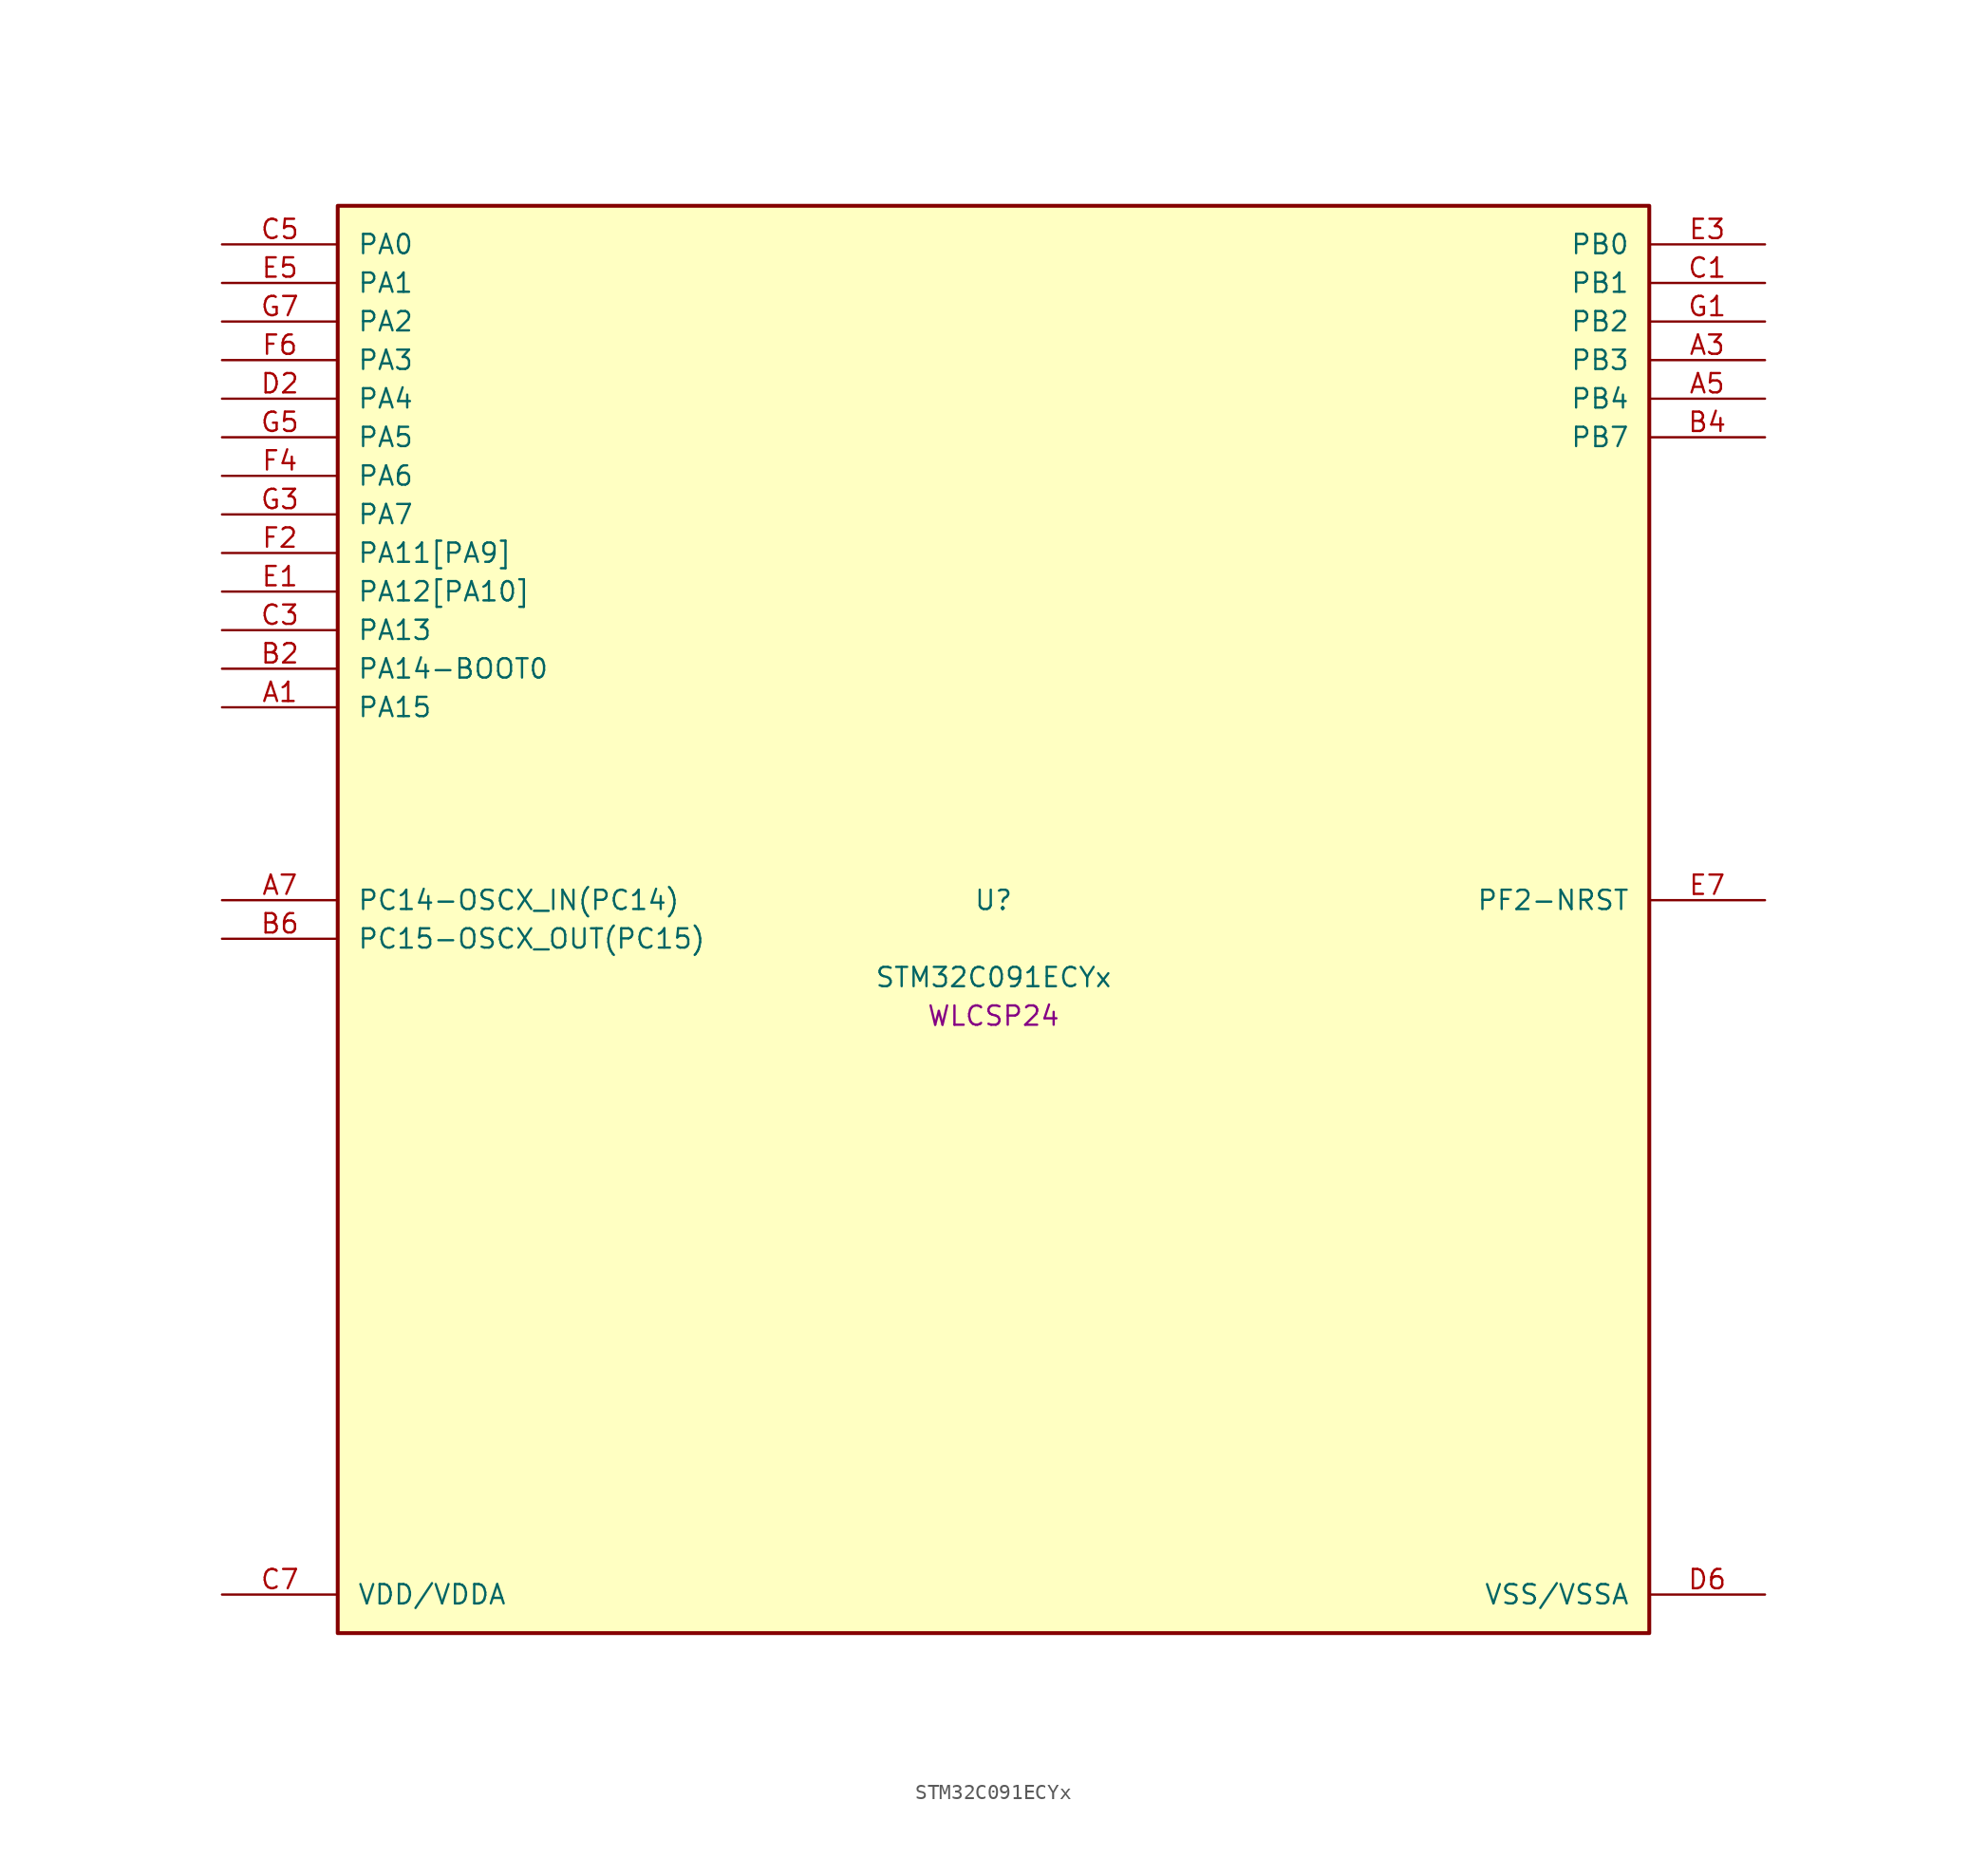
<source format=kicad_sym>
(kicad_symbol_lib
  (version 20241209)
  (generator "stm32_pkl_generator")
  (generator_version "1.0")
  (symbol "STM32C091ECYx"
    (pin_names
      (offset 1.27))
    (property "Reference" "U"
      (at 0 2.54 0))
    (property "Value" "STM32C091ECYx"
      (at 0 -2.54 0))
    (property "Footprint" "WLCSP24"
      (at 0 -5.08 0))
    (symbol "STM32C091ECYx_1_1"
      (rectangle (start -43.18 48.26) (end 43.18 -45.72) (stroke (width 0.254) (type solid)) (fill (type background)))
      (pin bidirectional line (at -50.8 45.72 0) (length 7.62) (name "PA0") (number "C5") (alternate "PA0/ADC1_IN0" bidirectional line) (alternate "PA0/PWR_WKUP1" bidirectional line) (alternate "PA0/SPI2_SCK" bidirectional line) (alternate "PA0/TIM16_CH1" bidirectional line) (alternate "PA0/TIM1_CH1" bidirectional line) (alternate "PA0/TIM2_CH1" bidirectional line) (alternate "PA0/TIM2_ETR" bidirectional line) (alternate "PA0/USART1_TX" bidirectional line) (alternate "PA0/USART2_CTS" bidirectional line) (alternate "PA0/USART2_NSS" bidirectional line) (alternate "PA0/USART4_TX" bidirectional line))
      (pin bidirectional line (at -50.8 43.18 0) (length 7.62) (name "PA1") (number "E5") (alternate "PA1/ADC1_IN1" bidirectional line) (alternate "PA1/I2C1_SMBA" bidirectional line) (alternate "PA1/I2S1_CK" bidirectional line) (alternate "PA1/SPI1_SCK" bidirectional line) (alternate "PA1/TIM15_CH1N" bidirectional line) (alternate "PA1/TIM17_CH1" bidirectional line) (alternate "PA1/TIM1_CH2" bidirectional line) (alternate "PA1/TIM2_CH2" bidirectional line) (alternate "PA1/USART1_RX" bidirectional line) (alternate "PA1/USART2_CK" bidirectional line) (alternate "PA1/USART2_DE" bidirectional line) (alternate "PA1/USART2_RTS" bidirectional line) (alternate "PA1/USART4_RX" bidirectional line))
      (pin bidirectional line (at -50.8 40.64 0) (length 7.62) (name "PA2") (number "G7") (alternate "PA2/ADC1_IN2" bidirectional line) (alternate "PA2/I2S1_SD" bidirectional line) (alternate "PA2/PWR_WKUP4" bidirectional line) (alternate "PA2/RCC_LSCO" bidirectional line) (alternate "PA2/SPI1_MOSI" bidirectional line) (alternate "PA2/TIM15_CH1" bidirectional line) (alternate "PA2/TIM16_CH1N" bidirectional line) (alternate "PA2/TIM1_CH3" bidirectional line) (alternate "PA2/TIM2_CH3" bidirectional line) (alternate "PA2/TIM3_ETR" bidirectional line) (alternate "PA2/USART2_TX" bidirectional line))
      (pin bidirectional line (at -50.8 38.1 0) (length 7.62) (name "PA3") (number "F6") (alternate "PA3/ADC1_IN3" bidirectional line) (alternate "PA3/SPI2_MISO" bidirectional line) (alternate "PA3/TIM15_CH2" bidirectional line) (alternate "PA3/TIM1_CH1N" bidirectional line) (alternate "PA3/TIM1_CH4" bidirectional line) (alternate "PA3/TIM2_CH4" bidirectional line) (alternate "PA3/USART2_RX" bidirectional line))
      (pin bidirectional line (at -50.8 35.56 0) (length 7.62) (name "PA4") (number "D2") (alternate "PA4/ADC1_IN4" bidirectional line) (alternate "PA4/I2S1_WS" bidirectional line) (alternate "PA4/PWR_WKUP2" bidirectional line) (alternate "PA4/RTC_OUT1" bidirectional line) (alternate "PA4/RTC_TS" bidirectional line) (alternate "PA4/SPI1_NSS" bidirectional line) (alternate "PA4/SPI2_MOSI" bidirectional line) (alternate "PA4/TIM14_CH1" bidirectional line) (alternate "PA4/TIM17_CH1N" bidirectional line) (alternate "PA4/TIM1_CH2N" bidirectional line) (alternate "PA4/USART2_TX" bidirectional line))
      (pin bidirectional line (at -50.8 33.02 0) (length 7.62) (name "PA5") (number "G5") (alternate "PA5/ADC1_IN5" bidirectional line) (alternate "PA5/I2S1_CK" bidirectional line) (alternate "PA5/SPI1_SCK" bidirectional line) (alternate "PA5/TIM1_CH1" bidirectional line) (alternate "PA5/TIM1_CH3N" bidirectional line) (alternate "PA5/TIM2_CH1" bidirectional line) (alternate "PA5/TIM2_ETR" bidirectional line) (alternate "PA5/USART2_RX" bidirectional line) (alternate "PA5/USART3_TX" bidirectional line))
      (pin bidirectional line (at -50.8 30.48 0) (length 7.62) (name "PA6") (number "F4") (alternate "PA6/ADC1_IN6" bidirectional line) (alternate "PA6/I2C2_SDA" bidirectional line) (alternate "PA6/I2S1_MCK" bidirectional line) (alternate "PA6/SPI1_MISO" bidirectional line) (alternate "PA6/TIM16_CH1" bidirectional line) (alternate "PA6/TIM1_BKIN" bidirectional line) (alternate "PA6/TIM3_CH1" bidirectional line) (alternate "PA6/USART3_CTS" bidirectional line) (alternate "PA6/USART3_NSS" bidirectional line))
      (pin bidirectional line (at -50.8 27.94 0) (length 7.62) (name "PA7") (number "G3") (alternate "PA7/ADC1_IN7" bidirectional line) (alternate "PA7/I2C2_SCL" bidirectional line) (alternate "PA7/I2S1_SD" bidirectional line) (alternate "PA7/SPI1_MOSI" bidirectional line) (alternate "PA7/TIM14_CH1" bidirectional line) (alternate "PA7/TIM17_CH1" bidirectional line) (alternate "PA7/TIM1_CH1N" bidirectional line) (alternate "PA7/TIM3_CH2" bidirectional line))
      (pin bidirectional line (at -50.8 25.4 0) (length 7.62) (name "PA11[PA9]") (number "F2") (alternate "PA11[PA9]/ADC1_EXTI11" bidirectional line) (alternate "PA11[PA9]/I2C2_SCL" bidirectional line) (alternate "PA11[PA9]/I2S1_MCK" bidirectional line) (alternate "PA11[PA9]/SPI1_MISO" bidirectional line) (alternate "PA11[PA9]/TIM1_BKIN2" bidirectional line) (alternate "PA11[PA9]/TIM1_CH4" bidirectional line) (alternate "PA11[PA9]/USART1_CTS" bidirectional line) (alternate "PA11[PA9]/USART1_NSS" bidirectional line) (alternate "PA11[PA9]/PA9[PA11]" bidirectional line) (alternate "PA11[PA9]/I2C1_SCL" bidirectional line) (alternate "PA11[PA9]/RCC_MCO" bidirectional line) (alternate "PA11[PA9]/SPI2_MISO" bidirectional line) (alternate "PA11[PA9]/TIM15_BKIN" bidirectional line) (alternate "PA11[PA9]/TIM1_CH2" bidirectional line) (alternate "PA11[PA9]/TIM3_ETR" bidirectional line) (alternate "PA11[PA9]/USART1_TX" bidirectional line))
      (pin bidirectional line (at -50.8 22.86 0) (length 7.62) (name "PA12[PA10]") (number "E1") (alternate "PA12[PA10]/I2C2_SDA" bidirectional line) (alternate "PA12[PA10]/I2S1_SD" bidirectional line) (alternate "PA12[PA10]/I2S_CKIN" bidirectional line) (alternate "PA12[PA10]/SPI1_MOSI" bidirectional line) (alternate "PA12[PA10]/TIM1_ETR" bidirectional line) (alternate "PA12[PA10]/USART1_CK" bidirectional line) (alternate "PA12[PA10]/USART1_DE" bidirectional line) (alternate "PA12[PA10]/USART1_RTS" bidirectional line) (alternate "PA12[PA10]/PA10[PA12]" bidirectional line) (alternate "PA12[PA10]/I2C1_SDA" bidirectional line) (alternate "PA12[PA10]/RCC_MCO_2" bidirectional line) (alternate "PA12[PA10]/SPI2_MOSI" bidirectional line) (alternate "PA12[PA10]/TIM17_BKIN" bidirectional line) (alternate "PA12[PA10]/TIM1_CH3" bidirectional line) (alternate "PA12[PA10]/USART1_RX" bidirectional line))
      (pin bidirectional line (at -50.8 20.32 0) (length 7.62) (name "PA13") (number "C3") (alternate "PA13/ADC1_IN13" bidirectional line) (alternate "PA13/DEBUG_SWDIO" bidirectional line) (alternate "PA13/IR_OUT" bidirectional line) (alternate "PA13/TIM3_ETR" bidirectional line) (alternate "PA13/USART2_RX" bidirectional line))
      (pin bidirectional line (at -50.8 17.78 0) (length 7.62) (name "PA14-BOOT0") (number "B2") (alternate "PA14-BOOT0/ADC1_IN14" bidirectional line) (alternate "PA14-BOOT0/BOOT0" bidirectional line) (alternate "PA14-BOOT0/DEBUG_SWCLK" bidirectional line) (alternate "PA14-BOOT0/I2S1_WS" bidirectional line) (alternate "PA14-BOOT0/RCC_MCO_2" bidirectional line) (alternate "PA14-BOOT0/SPI1_NSS" bidirectional line) (alternate "PA14-BOOT0/TIM1_CH1" bidirectional line) (alternate "PA14-BOOT0/USART1_CK" bidirectional line) (alternate "PA14-BOOT0/USART1_DE" bidirectional line) (alternate "PA14-BOOT0/USART1_RTS" bidirectional line) (alternate "PA14-BOOT0/USART2_RX" bidirectional line) (alternate "PA14-BOOT0/USART2_TX" bidirectional line))
      (pin bidirectional line (at -50.8 15.24 0) (length 7.62) (name "PA15") (number "A1") (alternate "PA15/I2S1_WS" bidirectional line) (alternate "PA15/RCC_MCO_2" bidirectional line) (alternate "PA15/SPI1_NSS" bidirectional line) (alternate "PA15/TIM1_CH1" bidirectional line) (alternate "PA15/TIM2_CH1" bidirectional line) (alternate "PA15/TIM2_ETR" bidirectional line) (alternate "PA15/USART1_CK" bidirectional line) (alternate "PA15/USART1_DE" bidirectional line) (alternate "PA15/USART1_RTS" bidirectional line) (alternate "PA15/USART2_RX" bidirectional line) (alternate "PA15/USART3_CK" bidirectional line) (alternate "PA15/USART3_DE" bidirectional line) (alternate "PA15/USART3_RTS" bidirectional line) (alternate "PA15/USART4_CK" bidirectional line) (alternate "PA15/USART4_DE" bidirectional line) (alternate "PA15/USART4_RTS" bidirectional line))
      (pin bidirectional line (at 50.8 45.72 180) (length 7.62) (name "PB0") (number "E3") (alternate "PB0/ADC1_IN17" bidirectional line) (alternate "PB0/I2S1_WS" bidirectional line) (alternate "PB0/SPI1_NSS" bidirectional line) (alternate "PB0/TIM1_CH2N" bidirectional line) (alternate "PB0/TIM3_CH3" bidirectional line) (alternate "PB0/USART3_RX" bidirectional line))
      (pin bidirectional line (at 50.8 43.18 180) (length 7.62) (name "PB1") (number "C1") (alternate "PB1/ADC1_IN18" bidirectional line) (alternate "PB1/TIM14_CH1" bidirectional line) (alternate "PB1/TIM1_CH2N" bidirectional line) (alternate "PB1/TIM1_CH3N" bidirectional line) (alternate "PB1/TIM3_CH4" bidirectional line) (alternate "PB1/USART3_CK" bidirectional line) (alternate "PB1/USART3_DE" bidirectional line) (alternate "PB1/USART3_RTS" bidirectional line))
      (pin bidirectional line (at 50.8 40.64 180) (length 7.62) (name "PB2") (number "G1") (alternate "PB2/ADC1_IN19" bidirectional line) (alternate "PB2/RCC_MCO_2" bidirectional line) (alternate "PB2/SPI2_MISO" bidirectional line) (alternate "PB2/USART1_RX" bidirectional line) (alternate "PB2/USART3_TX" bidirectional line) (alternate "PB2/PA8" bidirectional line) (alternate "PB2/ADC1_IN8" bidirectional line) (alternate "PB2/I2S1_WS" bidirectional line) (alternate "PB2/RCC_MCO" bidirectional line) (alternate "PB2/SPI1_NSS" bidirectional line) (alternate "PB2/SPI2_NSS" bidirectional line) (alternate "PB2/TIM14_CH1" bidirectional line) (alternate "PB2/TIM1_CH1" bidirectional line) (alternate "PB2/TIM1_CH2N" bidirectional line) (alternate "PB2/TIM1_CH3N" bidirectional line) (alternate "PB2/TIM3_CH3" bidirectional line) (alternate "PB2/TIM3_CH4" bidirectional line) (alternate "PB2/USART2_TX" bidirectional line))
      (pin bidirectional line (at 50.8 38.1 180) (length 7.62) (name "PB3") (number "A3") (alternate "PB3/I2C2_SCL" bidirectional line) (alternate "PB3/I2S1_CK" bidirectional line) (alternate "PB3/SPI1_SCK" bidirectional line) (alternate "PB3/TIM1_CH2" bidirectional line) (alternate "PB3/TIM2_CH2" bidirectional line) (alternate "PB3/TIM3_CH2" bidirectional line) (alternate "PB3/USART1_CK" bidirectional line) (alternate "PB3/USART1_DE" bidirectional line) (alternate "PB3/USART1_RTS" bidirectional line) (alternate "PB3/PB5" bidirectional line) (alternate "PB3/I2C1_SMBA" bidirectional line) (alternate "PB3/I2S1_SD" bidirectional line) (alternate "PB3/PWR_WKUP6" bidirectional line) (alternate "PB3/SPI1_MOSI" bidirectional line) (alternate "PB3/TIM16_BKIN" bidirectional line) (alternate "PB3/TIM3_CH3" bidirectional line))
      (pin bidirectional line (at 50.8 35.56 180) (length 7.62) (name "PB4") (number "A5") (alternate "PB4/I2C2_SDA" bidirectional line) (alternate "PB4/I2S1_MCK" bidirectional line) (alternate "PB4/SPI1_MISO" bidirectional line) (alternate "PB4/TIM17_BKIN" bidirectional line) (alternate "PB4/TIM3_CH1" bidirectional line) (alternate "PB4/USART1_CTS" bidirectional line) (alternate "PB4/USART1_NSS" bidirectional line) (alternate "PB4/PB6" bidirectional line) (alternate "PB4/I2C1_SCL" bidirectional line) (alternate "PB4/I2C1_SMBA" bidirectional line) (alternate "PB4/I2S1_CK" bidirectional line) (alternate "PB4/I2S1_SD" bidirectional line) (alternate "PB4/PWR_WKUP3" bidirectional line) (alternate "PB4/SPI1_MOSI" bidirectional line) (alternate "PB4/SPI1_SCK" bidirectional line) (alternate "PB4/SPI2_MISO" bidirectional line) (alternate "PB4/TIM16_BKIN" bidirectional line) (alternate "PB4/TIM16_CH1N" bidirectional line) (alternate "PB4/TIM1_CH2" bidirectional line) (alternate "PB4/TIM1_CH3" bidirectional line) (alternate "PB4/TIM3_CH2" bidirectional line) (alternate "PB4/TIM3_CH3" bidirectional line) (alternate "PB4/USART1_TX" bidirectional line))
      (pin bidirectional line (at 50.8 33.02 180) (length 7.62) (name "PB7") (number "B4") (alternate "PB7/I2C1_SCL" bidirectional line) (alternate "PB7/I2C1_SDA" bidirectional line) (alternate "PB7/RTC_REFIN" bidirectional line) (alternate "PB7/SPI2_MOSI" bidirectional line) (alternate "PB7/TIM16_CH1" bidirectional line) (alternate "PB7/TIM17_CH1N" bidirectional line) (alternate "PB7/TIM1_CH4" bidirectional line) (alternate "PB7/TIM3_CH1" bidirectional line) (alternate "PB7/TIM3_CH4" bidirectional line) (alternate "PB7/USART1_RX" bidirectional line) (alternate "PB7/USART2_CTS" bidirectional line) (alternate "PB7/USART2_NSS" bidirectional line) (alternate "PB7/USART4_CTS" bidirectional line) (alternate "PB7/USART4_NSS" bidirectional line) (alternate "PB7/PB8" bidirectional line) (alternate "PB7/SPI2_SCK" bidirectional line) (alternate "PB7/TIM15_BKIN" bidirectional line) (alternate "PB7/USART3_TX" bidirectional line))
      (pin bidirectional line (at -50.8 2.54 0) (length 7.62) (name "PC14-OSCX_IN(PC14)") (number "A7") (alternate "PC14-OSCX_IN(PC14)/I2C1_SDA" bidirectional line) (alternate "PC14-OSCX_IN(PC14)/IR_OUT" bidirectional line) (alternate "PC14-OSCX_IN(PC14)/RCC_OSCX_IN" bidirectional line) (alternate "PC14-OSCX_IN(PC14)/SPI2_NSS" bidirectional line) (alternate "PC14-OSCX_IN(PC14)/TIM17_CH1" bidirectional line) (alternate "PC14-OSCX_IN(PC14)/TIM1_BKIN2" bidirectional line) (alternate "PC14-OSCX_IN(PC14)/TIM1_ETR" bidirectional line) (alternate "PC14-OSCX_IN(PC14)/TIM3_CH2" bidirectional line) (alternate "PC14-OSCX_IN(PC14)/USART1_TX" bidirectional line) (alternate "PC14-OSCX_IN(PC14)/USART2_CK" bidirectional line) (alternate "PC14-OSCX_IN(PC14)/USART2_DE" bidirectional line) (alternate "PC14-OSCX_IN(PC14)/USART2_RTS" bidirectional line) (alternate "PC14-OSCX_IN(PC14)/USART3_TX" bidirectional line))
      (pin bidirectional line (at -50.8 0 0) (length 7.62) (name "PC15-OSCX_OUT(PC15)") (number "B6") (alternate "PC15-OSCX_OUT(PC15)/RCC_OSC32_EN" bidirectional line) (alternate "PC15-OSCX_OUT(PC15)/RCC_OSCX_OUT" bidirectional line) (alternate "PC15-OSCX_OUT(PC15)/RCC_OSC_EN" bidirectional line) (alternate "PC15-OSCX_OUT(PC15)/TIM15_BKIN" bidirectional line) (alternate "PC15-OSCX_OUT(PC15)/TIM1_ETR" bidirectional line) (alternate "PC15-OSCX_OUT(PC15)/TIM3_CH3" bidirectional line))
      (pin bidirectional line (at 50.8 2.54 180) (length 7.62) (name "PF2-NRST") (number "E7") (alternate "PF2-NRST/RCC_MCO" bidirectional line) (alternate "PF2-NRST/TIM1_CH4" bidirectional line))
      (pin power_in line (at -50.8 -43.18 0) (length 7.62) (name "VDD/VDDA") (number "C7"))
      (pin power_in line (at 50.8 -43.18 180) (length 7.62) (name "VSS/VSSA") (number "D6")))))
</source>
